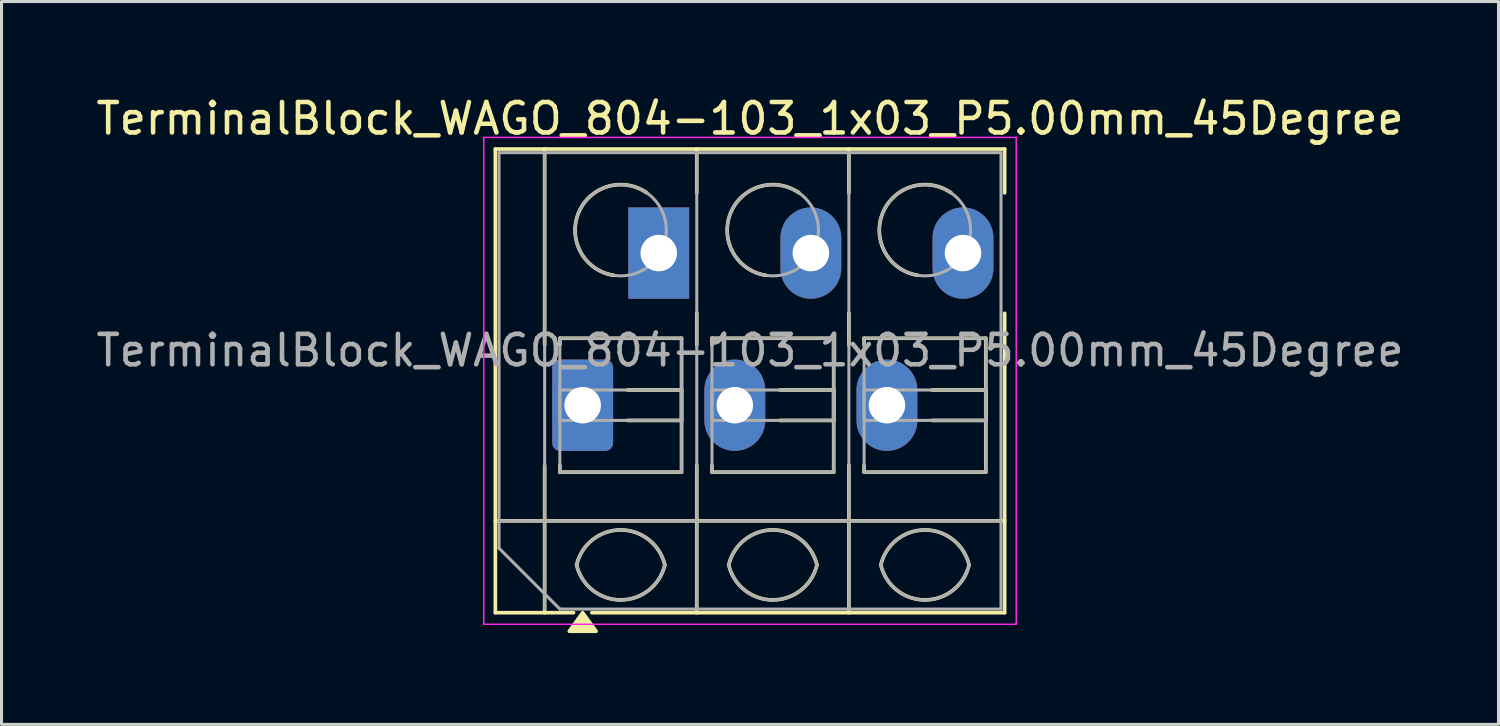
<source format=kicad_pcb>
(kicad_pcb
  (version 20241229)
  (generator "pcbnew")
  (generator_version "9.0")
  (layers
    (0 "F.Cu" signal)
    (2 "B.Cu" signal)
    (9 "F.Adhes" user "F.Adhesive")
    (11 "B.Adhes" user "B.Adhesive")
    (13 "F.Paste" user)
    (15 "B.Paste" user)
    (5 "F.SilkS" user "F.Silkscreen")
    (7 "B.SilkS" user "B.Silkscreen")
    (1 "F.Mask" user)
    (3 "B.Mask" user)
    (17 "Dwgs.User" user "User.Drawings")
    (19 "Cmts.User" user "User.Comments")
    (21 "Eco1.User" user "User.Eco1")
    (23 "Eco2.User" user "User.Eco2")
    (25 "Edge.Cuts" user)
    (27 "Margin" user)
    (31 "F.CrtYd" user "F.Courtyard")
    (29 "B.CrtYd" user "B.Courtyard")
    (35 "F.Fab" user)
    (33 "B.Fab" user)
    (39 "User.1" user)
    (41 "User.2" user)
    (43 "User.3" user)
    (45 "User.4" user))
  (footprint "TerminalBlock_WAGO_804-103_1x03_P5.00mm_45Degree"
    (layer "F.Cu")
    (at 16.101 10.268)
    (property "Reference" "TerminalBlock_WAGO_804-103_1x03_P5.00mm_45Degree" (at 5.5 -9.42 0) (layer "F.SilkS") (effects (font (size 1 1) (thickness 0.15))))
    (attr through_hole)
    (fp_line (start -2.87 -8.42) (end 13.87 -8.42) (stroke (width 0.12) (type solid)) (layer "F.SilkS"))
    (fp_line (start -2.87 3.8) (end 13.87 3.8) (stroke (width 0.12) (type solid)) (layer "F.SilkS"))
    (fp_line (start -2.87 6.82) (end -2.87 -8.42) (stroke (width 0.12) (type solid)) (layer "F.SilkS"))
    (fp_line (start -1.25 -8.42) (end -1.25 -1.98) (stroke (width 0.12) (type solid)) (layer "F.SilkS"))
    (fp_line (start -1.25 1.98) (end -1.25 6.82) (stroke (width 0.12) (type solid)) (layer "F.SilkS"))
    (fp_line (start -0.75 -2.2) (end 3.25 -2.2) (stroke (width 0.12) (type solid)) (layer "F.SilkS"))
    (fp_line (start -0.75 -1.98) (end -0.75 -2.2) (stroke (width 0.12) (type solid)) (layer "F.SilkS"))
    (fp_line (start -0.75 2.2) (end -0.75 1.98) (stroke (width 0.12) (type solid)) (layer "F.SilkS"))
    (fp_line (start -0.3 6.82) (end -2.87 6.82) (stroke (width 0.12) (type solid)) (layer "F.SilkS"))
    (fp_line (start 1.48 -0.5) (end 3.25 -0.5) (stroke (width 0.12) (type solid)) (layer "F.SilkS"))
    (fp_line (start 3.25 -2.2) (end 3.25 2.2) (stroke (width 0.12) (type solid)) (layer "F.SilkS"))
    (fp_line (start 3.25 -0.5) (end 3.25 0.5) (stroke (width 0.12) (type solid)) (layer "F.SilkS"))
    (fp_line (start 3.25 0.5) (end 1.48 0.5) (stroke (width 0.12) (type solid)) (layer "F.SilkS"))
    (fp_line (start 3.25 2.2) (end -0.75 2.2) (stroke (width 0.12) (type solid)) (layer "F.SilkS"))
    (fp_line (start 3.75 -8.42) (end 3.75 -6.98) (stroke (width 0.12) (type solid)) (layer "F.SilkS"))
    (fp_line (start 3.75 -3.02) (end 3.75 -1.98) (stroke (width 0.12) (type solid)) (layer "F.SilkS"))
    (fp_line (start 3.75 1.98) (end 3.75 6.82) (stroke (width 0.12) (type solid)) (layer "F.SilkS"))
    (fp_line (start 4.25 -2.2) (end 8.25 -2.2) (stroke (width 0.12) (type solid)) (layer "F.SilkS"))
    (fp_line (start 4.25 -1.98) (end 4.25 -2.2) (stroke (width 0.12) (type solid)) (layer "F.SilkS"))
    (fp_line (start 4.25 2.2) (end 4.25 1.98) (stroke (width 0.12) (type solid)) (layer "F.SilkS"))
    (fp_line (start 6.48 -0.5) (end 8.25 -0.5) (stroke (width 0.12) (type solid)) (layer "F.SilkS"))
    (fp_line (start 8.25 -2.2) (end 8.25 2.2) (stroke (width 0.12) (type solid)) (layer "F.SilkS"))
    (fp_line (start 8.25 -0.5) (end 8.25 0.5) (stroke (width 0.12) (type solid)) (layer "F.SilkS"))
    (fp_line (start 8.25 0.5) (end 6.48 0.5) (stroke (width 0.12) (type solid)) (layer "F.SilkS"))
    (fp_line (start 8.25 2.2) (end 4.25 2.2) (stroke (width 0.12) (type solid)) (layer "F.SilkS"))
    (fp_line (start 8.75 -8.42) (end 8.75 -6.98) (stroke (width 0.12) (type solid)) (layer "F.SilkS"))
    (fp_line (start 8.75 -3.02) (end 8.75 -1.98) (stroke (width 0.12) (type solid)) (layer "F.SilkS"))
    (fp_line (start 8.75 1.98) (end 8.75 6.82) (stroke (width 0.12) (type solid)) (layer "F.SilkS"))
    (fp_line (start 9.25 -2.2) (end 13.25 -2.2) (stroke (width 0.12) (type solid)) (layer "F.SilkS"))
    (fp_line (start 9.25 -1.98) (end 9.25 -2.2) (stroke (width 0.12) (type solid)) (layer "F.SilkS"))
    (fp_line (start 9.25 2.2) (end 9.25 1.98) (stroke (width 0.12) (type solid)) (layer "F.SilkS"))
    (fp_line (start 11.48 -0.5) (end 13.25 -0.5) (stroke (width 0.12) (type solid)) (layer "F.SilkS"))
    (fp_line (start 13.25 -2.2) (end 13.25 2.2) (stroke (width 0.12) (type solid)) (layer "F.SilkS"))
    (fp_line (start 13.25 -0.5) (end 13.25 0.5) (stroke (width 0.12) (type solid)) (layer "F.SilkS"))
    (fp_line (start 13.25 0.5) (end 11.48 0.5) (stroke (width 0.12) (type solid)) (layer "F.SilkS"))
    (fp_line (start 13.25 2.2) (end 9.25 2.2) (stroke (width 0.12) (type solid)) (layer "F.SilkS"))
    (fp_line (start 13.87 -8.42) (end 13.87 -6.98) (stroke (width 0.12) (type solid)) (layer "F.SilkS"))
    (fp_line (start 13.87 -3.02) (end 13.87 6.82) (stroke (width 0.12) (type solid)) (layer "F.SilkS"))
    (fp_line (start 13.87 6.82) (end 0.3 6.82) (stroke (width 0.12) (type solid)) (layer "F.SilkS"))
    (fp_arc (start -0.2 5.25) (mid 1.25 4.1) (end 2.7 5.25) (stroke (width 0.12) (type solid)) (layer "F.SilkS"))
    (fp_arc (start 1.02 -4.268) (mid -0.141916 -6.309209) (end 2.109 -6.98) (stroke (width 0.12) (type solid)) (layer "F.SilkS"))
    (fp_arc (start 2.7 5.25) (mid 1.25 6.4) (end -0.2 5.25) (stroke (width 0.12) (type solid)) (layer "F.SilkS"))
    (fp_arc (start 4.8 5.25) (mid 6.25 4.1) (end 7.7 5.25) (stroke (width 0.12) (type solid)) (layer "F.SilkS"))
    (fp_arc (start 6.02 -4.268) (mid 4.858084 -6.309209) (end 7.109 -6.98) (stroke (width 0.12) (type solid)) (layer "F.SilkS"))
    (fp_arc (start 7.7 5.25) (mid 6.25 6.4) (end 4.8 5.25) (stroke (width 0.12) (type solid)) (layer "F.SilkS"))
    (fp_arc (start 9.8 5.25) (mid 11.25 4.1) (end 12.7 5.25) (stroke (width 0.12) (type solid)) (layer "F.SilkS"))
    (fp_arc (start 11.02 -4.268) (mid 9.858084 -6.309209) (end 12.109 -6.98) (stroke (width 0.12) (type solid)) (layer "F.SilkS"))
    (fp_arc (start 12.7 5.25) (mid 11.25 6.4) (end 9.8 5.25) (stroke (width 0.12) (type solid)) (layer "F.SilkS"))
    (fp_poly (pts (xy 0 6.82) (xy 0.44 7.43) (xy -0.44 7.43)) (stroke (width 0.12) (type solid)) (fill yes) (layer "F.SilkS"))
    (fp_line (start -3.25 -8.8) (end -3.25 7.2) (stroke (width 0.05) (type solid)) (layer "F.CrtYd"))
    (fp_line (start -3.25 7.2) (end 14.25 7.2) (stroke (width 0.05) (type solid)) (layer "F.CrtYd"))
    (fp_line (start 14.25 -8.8) (end -3.25 -8.8) (stroke (width 0.05) (type solid)) (layer "F.CrtYd"))
    (fp_line (start 14.25 7.2) (end 14.25 -8.8) (stroke (width 0.05) (type solid)) (layer "F.CrtYd"))
    (fp_line (start -2.75 -8.3) (end 13.75 -8.3) (stroke (width 0.1) (type solid)) (layer "F.Fab"))
    (fp_line (start -2.75 3.8) (end 13.75 3.8) (stroke (width 0.1) (type solid)) (layer "F.Fab"))
    (fp_line (start -2.75 4.7) (end -2.75 -8.3) (stroke (width 0.1) (type solid)) (layer "F.Fab"))
    (fp_line (start -1.25 -8.3) (end -1.25 6.7) (stroke (width 0.1) (type solid)) (layer "F.Fab"))
    (fp_line (start -0.75 -2.2) (end -0.75 2.2) (stroke (width 0.1) (type solid)) (layer "F.Fab"))
    (fp_line (start -0.75 -0.5) (end -0.75 0.5) (stroke (width 0.1) (type solid)) (layer "F.Fab"))
    (fp_line (start -0.75 0.5) (end 3.25 0.5) (stroke (width 0.1) (type solid)) (layer "F.Fab"))
    (fp_line (start -0.75 2.2) (end 3.25 2.2) (stroke (width 0.1) (type solid)) (layer "F.Fab"))
    (fp_line (start -0.75 6.7) (end -2.75 4.7) (stroke (width 0.1) (type solid)) (layer "F.Fab"))
    (fp_line (start 3.25 -2.2) (end -0.75 -2.2) (stroke (width 0.1) (type solid)) (layer "F.Fab"))
    (fp_line (start 3.25 -0.5) (end -0.75 -0.5) (stroke (width 0.1) (type solid)) (layer "F.Fab"))
    (fp_line (start 3.25 0.5) (end 3.25 -0.5) (stroke (width 0.1) (type solid)) (layer "F.Fab"))
    (fp_line (start 3.25 2.2) (end 3.25 -2.2) (stroke (width 0.1) (type solid)) (layer "F.Fab"))
    (fp_line (start 3.75 -8.3) (end 3.75 6.7) (stroke (width 0.1) (type solid)) (layer "F.Fab"))
    (fp_line (start 4.25 -2.2) (end 4.25 2.2) (stroke (width 0.1) (type solid)) (layer "F.Fab"))
    (fp_line (start 4.25 -0.5) (end 4.25 0.5) (stroke (width 0.1) (type solid)) (layer "F.Fab"))
    (fp_line (start 4.25 0.5) (end 8.25 0.5) (stroke (width 0.1) (type solid)) (layer "F.Fab"))
    (fp_line (start 4.25 2.2) (end 8.25 2.2) (stroke (width 0.1) (type solid)) (layer "F.Fab"))
    (fp_line (start 8.25 -2.2) (end 4.25 -2.2) (stroke (width 0.1) (type solid)) (layer "F.Fab"))
    (fp_line (start 8.25 -0.5) (end 4.25 -0.5) (stroke (width 0.1) (type solid)) (layer "F.Fab"))
    (fp_line (start 8.25 0.5) (end 8.25 -0.5) (stroke (width 0.1) (type solid)) (layer "F.Fab"))
    (fp_line (start 8.25 2.2) (end 8.25 -2.2) (stroke (width 0.1) (type solid)) (layer "F.Fab"))
    (fp_line (start 8.75 -8.3) (end 8.75 6.7) (stroke (width 0.1) (type solid)) (layer "F.Fab"))
    (fp_line (start 9.25 -2.2) (end 9.25 2.2) (stroke (width 0.1) (type solid)) (layer "F.Fab"))
    (fp_line (start 9.25 -0.5) (end 9.25 0.5) (stroke (width 0.1) (type solid)) (layer "F.Fab"))
    (fp_line (start 9.25 0.5) (end 13.25 0.5) (stroke (width 0.1) (type solid)) (layer "F.Fab"))
    (fp_line (start 9.25 2.2) (end 13.25 2.2) (stroke (width 0.1) (type solid)) (layer "F.Fab"))
    (fp_line (start 13.25 -2.2) (end 9.25 -2.2) (stroke (width 0.1) (type solid)) (layer "F.Fab"))
    (fp_line (start 13.25 -0.5) (end 9.25 -0.5) (stroke (width 0.1) (type solid)) (layer "F.Fab"))
    (fp_line (start 13.25 0.5) (end 13.25 -0.5) (stroke (width 0.1) (type solid)) (layer "F.Fab"))
    (fp_line (start 13.25 2.2) (end 13.25 -2.2) (stroke (width 0.1) (type solid)) (layer "F.Fab"))
    (fp_line (start 13.75 -8.3) (end 13.75 6.7) (stroke (width 0.1) (type solid)) (layer "F.Fab"))
    (fp_line (start 13.75 6.7) (end -0.75 6.7) (stroke (width 0.1) (type solid)) (layer "F.Fab"))
    (fp_arc (start -0.2 5.25) (mid 1.25 4.1) (end 2.7 5.25) (stroke (width 0.1) (type solid)) (layer "F.Fab"))
    (fp_arc (start 2.7 5.25) (mid 1.25 6.4) (end -0.2 5.25) (stroke (width 0.1) (type solid)) (layer "F.Fab"))
    (fp_arc (start 4.8 5.25) (mid 6.25 4.1) (end 7.7 5.25) (stroke (width 0.1) (type solid)) (layer "F.Fab"))
    (fp_arc (start 7.7 5.25) (mid 6.25 6.4) (end 4.8 5.25) (stroke (width 0.1) (type solid)) (layer "F.Fab"))
    (fp_arc (start 9.8 5.25) (mid 11.25 4.1) (end 12.7 5.25) (stroke (width 0.1) (type solid)) (layer "F.Fab"))
    (fp_arc (start 12.7 5.25) (mid 11.25 6.4) (end 9.8 5.25) (stroke (width 0.1) (type solid)) (layer "F.Fab"))
    (fp_circle (center 1.25 -5.75) (end 2.75 -5.75) (stroke (width 0.1) (type solid)) (fill no) (layer "F.Fab"))
    (fp_circle (center 6.25 -5.75) (end 7.75 -5.75) (stroke (width 0.1) (type solid)) (fill no) (layer "F.Fab"))
    (fp_circle (center 11.25 -5.75) (end 12.75 -5.75) (stroke (width 0.1) (type solid)) (fill no) (layer "F.Fab"))
    (fp_text user "${REFERENCE}" (at 5.5 -1.8 0) (layer "F.Fab") (effects (font (size 1 1) (thickness 0.15))))
    (pad "1" thru_hole roundrect (at 0 0) (size 2 3) (drill 1.2) (layers "*.Cu" "*.Mask") (roundrect_rratio 0.125))
    (pad "1" thru_hole rect (at 2.5 -5) (size 2 3) (drill 1.2) (layers "*.Cu" "*.Mask"))
    (pad "2" thru_hole oval (at 5 0) (size 2 3) (drill 1.2) (layers "*.Cu" "*.Mask"))
    (pad "2" thru_hole oval (at 7.5 -5) (size 2 3) (drill 1.2) (layers "*.Cu" "*.Mask"))
    (pad "3" thru_hole oval (at 10 0) (size 2 3) (drill 1.2) (layers "*.Cu" "*.Mask"))
    (pad "3" thru_hole oval (at 12.5 -5) (size 2 3) (drill 1.2) (layers "*.Cu" "*.Mask")))
  (gr_rect
    (start -3 -3)
    (end 46.202 20.758)
    (stroke (width 0.1) (type default))
    (fill no)
    (layer "Edge.Cuts")))
</source>
